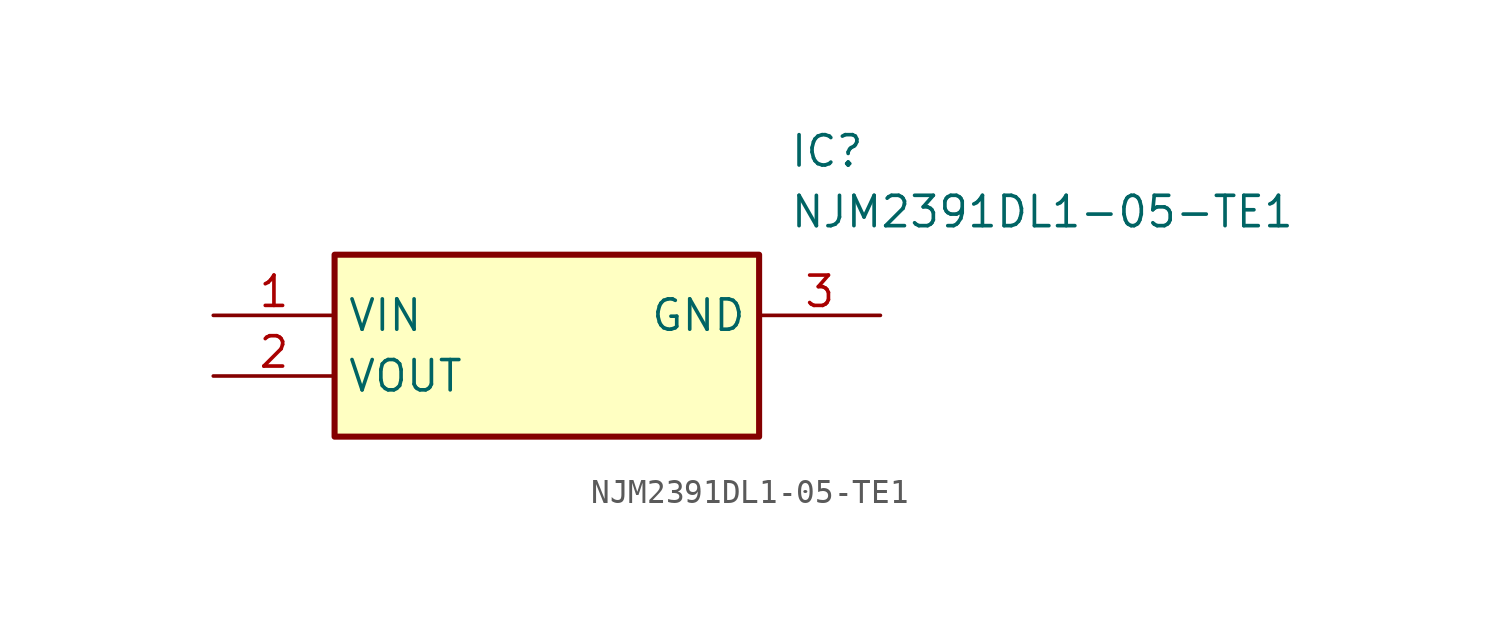
<source format=kicad_sym>
(kicad_symbol_lib
  (version 20211014)
  (generator SamacSys_ECAD_Model)
  (symbol "NJM2391DL1-05-TE1"
    (property "Reference" "IC"
      (at 24.13 7.62 0)
      (effects (font (size 1.27 1.27)) (justify left top)))
    (property "Value" "NJM2391DL1-05-TE1"
      (at 24.13 5.08 0)
      (effects (font (size 1.27 1.27)) (justify left top)))
    (rectangle
      (start 5.08 2.54)
      (end 22.86 -5.08)
      (stroke (width 0.254) (type default))
      (fill (type background)))
    (pin passive line
      (at 0 0 0)
      (length 5.08)
      (name "VIN" (effects (font (size 1.27 1.27))))
      (number "1" (effects (font (size 1.27 1.27)))))
    (pin passive line
      (at 0 -2.54 0)
      (length 5.08)
      (name "VOUT" (effects (font (size 1.27 1.27))))
      (number "2" (effects (font (size 1.27 1.27)))))
    (pin passive line
      (at 27.94 0 180)
      (length 5.08)
      (name "GND" (effects (font (size 1.27 1.27))))
      (number "3" (effects (font (size 1.27 1.27)))))))
</source>
